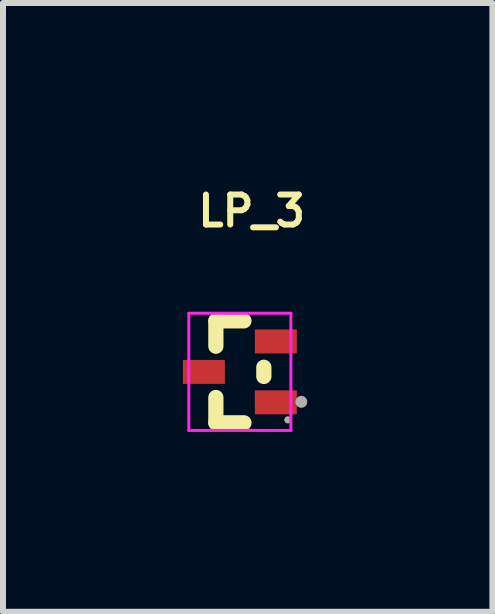
<source format=kicad_pcb>
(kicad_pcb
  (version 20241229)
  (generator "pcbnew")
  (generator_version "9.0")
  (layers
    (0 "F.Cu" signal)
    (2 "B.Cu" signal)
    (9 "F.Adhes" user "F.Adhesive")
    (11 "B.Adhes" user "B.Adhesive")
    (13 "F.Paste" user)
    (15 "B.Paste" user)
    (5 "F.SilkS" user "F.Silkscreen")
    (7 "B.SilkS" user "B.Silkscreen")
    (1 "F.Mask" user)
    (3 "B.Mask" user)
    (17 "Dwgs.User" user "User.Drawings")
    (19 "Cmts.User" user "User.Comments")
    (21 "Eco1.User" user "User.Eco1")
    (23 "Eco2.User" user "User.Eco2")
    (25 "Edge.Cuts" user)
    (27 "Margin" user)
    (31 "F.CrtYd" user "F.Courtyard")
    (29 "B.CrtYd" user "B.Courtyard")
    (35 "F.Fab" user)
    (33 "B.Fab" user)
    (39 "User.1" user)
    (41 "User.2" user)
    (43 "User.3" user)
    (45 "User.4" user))
  (footprint "LP_3"
    (layer "F.Cu")
    (at 0.95 3.151)
    (property "Reference" "LP_3" (at -0.75 -2.683 0) (layer "F.SilkS") (effects (font (size 0.5 0.5) (thickness 0.1)) (justify left)))
    (fp_line (start -0.4 -0.85) (end -0.4 -0.427) (stroke (width 0.254) (type solid)) (layer "F.SilkS"))
    (fp_line (start -0.4 -0.85) (end 0.068 -0.85) (stroke (width 0.254) (type solid)) (layer "F.SilkS"))
    (fp_line (start -0.4 0.428) (end -0.4 0.85) (stroke (width 0.254) (type solid)) (layer "F.SilkS"))
    (fp_line (start -0.4 0.85) (end 0.068 0.85) (stroke (width 0.254) (type solid)) (layer "F.SilkS"))
    (fp_line (start 0.4 -0.076) (end 0.4 0.077) (stroke (width 0.254) (type solid)) (layer "F.SilkS"))
    (fp_line (start -0.851 -0.977) (end -0.851 0.977) (stroke (width 0.05) (type solid)) (layer "F.CrtYd"))
    (fp_line (start -0.851 0.977) (end 0.851 0.977) (stroke (width 0.05) (type solid)) (layer "F.CrtYd"))
    (fp_line (start 0.851 -0.977) (end -0.851 -0.977) (stroke (width 0.05) (type solid)) (layer "F.CrtYd"))
    (fp_line (start 0.851 0.977) (end 0.851 -0.977) (stroke (width 0.05) (type solid)) (layer "F.CrtYd"))
    (fp_arc (start 0.83 0.801) (mid 0.77 0.801) (end 0.83 0.801) (stroke (width 0.06) (type solid)) (layer "F.Fab"))
    (fp_arc (start 1.075 0.5) (mid 0.975 0.5) (end 1.075 0.5) (stroke (width 0.1) (type solid)) (layer "F.Fab"))
    (pad "1" smd rect (at 0.6 0.509 90) (size 0.4 0.7) (layers "F.Cu" "F.Mask" "F.Paste"))
    (pad "2" smd rect (at 0.6 -0.507 90) (size 0.4 0.7) (layers "F.Cu" "F.Mask" "F.Paste"))
    (pad "3" smd rect (at -0.6 0.001 90) (size 0.4 0.7) (layers "F.Cu" "F.Mask" "F.Paste")))
  (gr_rect
    (start -3 -3)
    (end 5.162 7.153)
    (stroke (width 0.1) (type default))
    (fill no)
    (layer "Edge.Cuts")))
</source>
